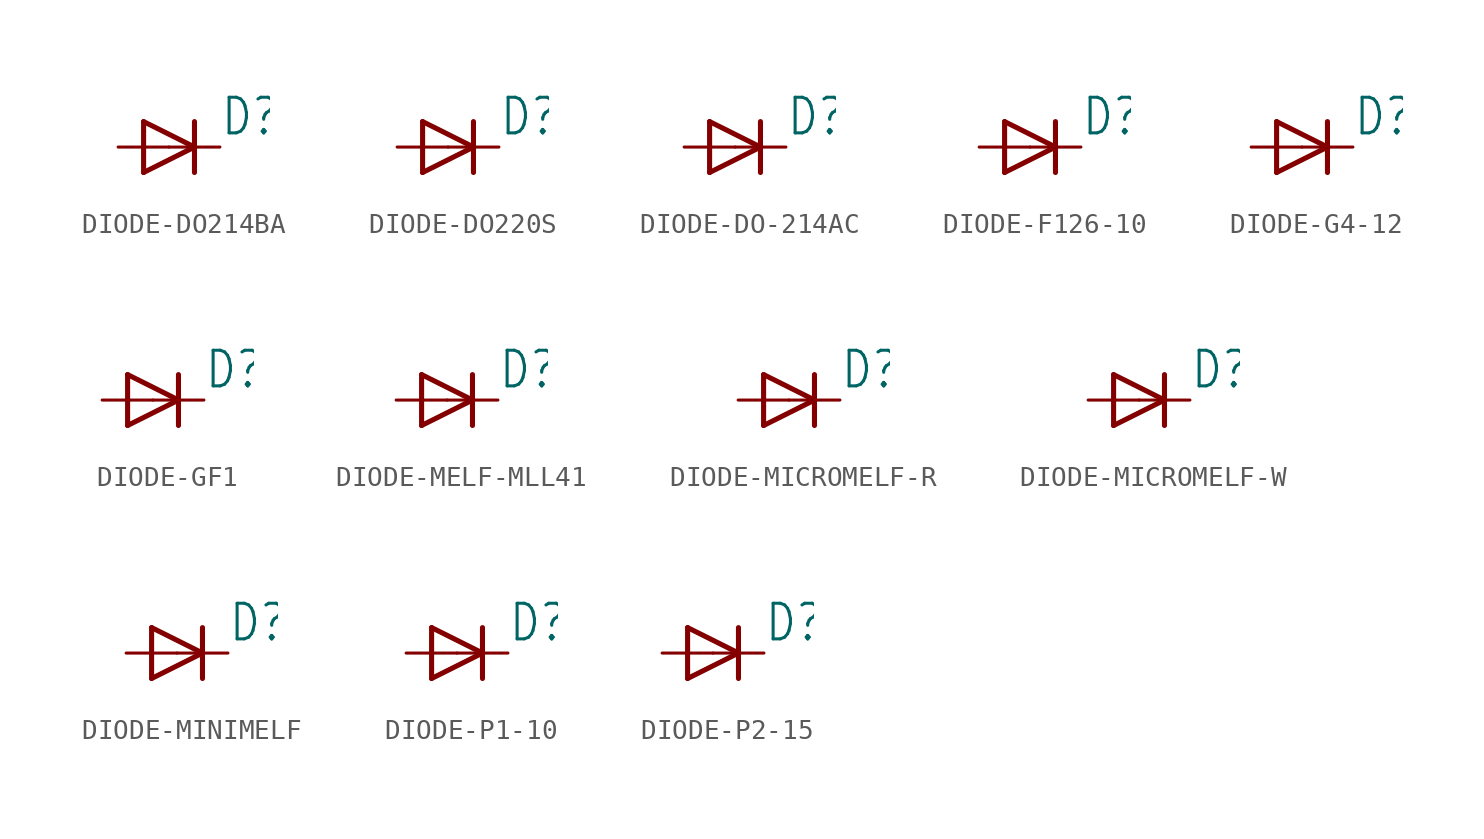
<source format=kicad_sym>
(kicad_symbol_lib
  (version 20220914)
  (generator kicad_symbol_editor)
  (symbol "DIODE-DO214BA"
    (property "Reference" "D"
      (at 2.54 0.483 0)
      (effects (font (size 1.778 1.511)) (justify left bottom)))
    (property "Value" ""
      (at 2.54 -2.311 0)
      (effects (font (size 1.778 1.511)) (justify left bottom)))
    (property "ki_locked" ""
      (at 0 0 0)
      (effects (font (size 1.27 1.27))))
    (symbol "DIODE-DO214BA_1_0"
      (polyline (pts (xy -1.27 -1.27) (xy 1.27 0)) (stroke (width 0.254) (type solid)) (fill (type none)))
      (polyline (pts (xy -1.27 1.27) (xy -1.27 -1.27)) (stroke (width 0.254) (type solid)) (fill (type none)))
      (polyline (pts (xy 1.27 0) (xy -1.27 1.27)) (stroke (width 0.254) (type solid)) (fill (type none)))
      (polyline (pts (xy 1.27 0) (xy 1.27 -1.27)) (stroke (width 0.254) (type solid)) (fill (type none)))
      (polyline (pts (xy 1.27 1.27) (xy 1.27 0)) (stroke (width 0.254) (type solid)) (fill (type none)))
      (pin passive line (at -2.54 0 0) (length 2.54) (name "A" (effects (font (size 0 0)))) (number "A" (effects (font (size 0 0)))))
      (pin passive line (at 2.54 0 180) (length 2.54) (name "C" (effects (font (size 0 0)))) (number "C" (effects (font (size 0 0)))))))
  (symbol "DIODE-DO220S"
    (property "Reference" "D"
      (at 2.54 0.483 0)
      (effects (font (size 1.778 1.511)) (justify left bottom)))
    (property "Value" ""
      (at 2.54 -2.311 0)
      (effects (font (size 1.778 1.511)) (justify left bottom)))
    (property "ki_locked" ""
      (at 0 0 0)
      (effects (font (size 1.27 1.27))))
    (symbol "DIODE-DO220S_1_0"
      (polyline (pts (xy -1.27 -1.27) (xy 1.27 0)) (stroke (width 0.254) (type solid)) (fill (type none)))
      (polyline (pts (xy -1.27 1.27) (xy -1.27 -1.27)) (stroke (width 0.254) (type solid)) (fill (type none)))
      (polyline (pts (xy 1.27 0) (xy -1.27 1.27)) (stroke (width 0.254) (type solid)) (fill (type none)))
      (polyline (pts (xy 1.27 0) (xy 1.27 -1.27)) (stroke (width 0.254) (type solid)) (fill (type none)))
      (polyline (pts (xy 1.27 1.27) (xy 1.27 0)) (stroke (width 0.254) (type solid)) (fill (type none)))
      (pin passive line (at -2.54 0 0) (length 2.54) (name "A" (effects (font (size 0 0)))) (number "A" (effects (font (size 0 0)))))
      (pin passive line (at 2.54 0 180) (length 2.54) (name "C" (effects (font (size 0 0)))) (number "C" (effects (font (size 0 0)))))))
  (symbol "DIODE-DO-214AC"
    (property "Reference" "D"
      (at 2.54 0.483 0)
      (effects (font (size 1.778 1.511)) (justify left bottom)))
    (property "Value" ""
      (at 2.54 -2.311 0)
      (effects (font (size 1.778 1.511)) (justify left bottom)))
    (property "ki_locked" ""
      (at 0 0 0)
      (effects (font (size 1.27 1.27))))
    (symbol "DIODE-DO-214AC_1_0"
      (polyline (pts (xy -1.27 -1.27) (xy 1.27 0)) (stroke (width 0.254) (type solid)) (fill (type none)))
      (polyline (pts (xy -1.27 1.27) (xy -1.27 -1.27)) (stroke (width 0.254) (type solid)) (fill (type none)))
      (polyline (pts (xy 1.27 0) (xy -1.27 1.27)) (stroke (width 0.254) (type solid)) (fill (type none)))
      (polyline (pts (xy 1.27 0) (xy 1.27 -1.27)) (stroke (width 0.254) (type solid)) (fill (type none)))
      (polyline (pts (xy 1.27 1.27) (xy 1.27 0)) (stroke (width 0.254) (type solid)) (fill (type none)))
      (pin passive line (at -2.54 0 0) (length 2.54) (name "A" (effects (font (size 0 0)))) (number "A" (effects (font (size 0 0)))))
      (pin passive line (at 2.54 0 180) (length 2.54) (name "C" (effects (font (size 0 0)))) (number "C" (effects (font (size 0 0)))))))
  (symbol "DIODE-F126-10"
    (property "Reference" "D"
      (at 2.54 0.483 0)
      (effects (font (size 1.778 1.511)) (justify left bottom)))
    (property "Value" ""
      (at 2.54 -2.311 0)
      (effects (font (size 1.778 1.511)) (justify left bottom)))
    (property "ki_locked" ""
      (at 0 0 0)
      (effects (font (size 1.27 1.27))))
    (symbol "DIODE-F126-10_1_0"
      (polyline (pts (xy -1.27 -1.27) (xy 1.27 0)) (stroke (width 0.254) (type solid)) (fill (type none)))
      (polyline (pts (xy -1.27 1.27) (xy -1.27 -1.27)) (stroke (width 0.254) (type solid)) (fill (type none)))
      (polyline (pts (xy 1.27 0) (xy -1.27 1.27)) (stroke (width 0.254) (type solid)) (fill (type none)))
      (polyline (pts (xy 1.27 0) (xy 1.27 -1.27)) (stroke (width 0.254) (type solid)) (fill (type none)))
      (polyline (pts (xy 1.27 1.27) (xy 1.27 0)) (stroke (width 0.254) (type solid)) (fill (type none)))
      (pin passive line (at -2.54 0 0) (length 2.54) (name "A" (effects (font (size 0 0)))) (number "A" (effects (font (size 0 0)))))
      (pin passive line (at 2.54 0 180) (length 2.54) (name "C" (effects (font (size 0 0)))) (number "C" (effects (font (size 0 0)))))))
  (symbol "DIODE-G4-12"
    (property "Reference" "D"
      (at 2.54 0.483 0)
      (effects (font (size 1.778 1.511)) (justify left bottom)))
    (property "Value" ""
      (at 2.54 -2.311 0)
      (effects (font (size 1.778 1.511)) (justify left bottom)))
    (property "ki_locked" ""
      (at 0 0 0)
      (effects (font (size 1.27 1.27))))
    (symbol "DIODE-G4-12_1_0"
      (polyline (pts (xy -1.27 -1.27) (xy 1.27 0)) (stroke (width 0.254) (type solid)) (fill (type none)))
      (polyline (pts (xy -1.27 1.27) (xy -1.27 -1.27)) (stroke (width 0.254) (type solid)) (fill (type none)))
      (polyline (pts (xy 1.27 0) (xy -1.27 1.27)) (stroke (width 0.254) (type solid)) (fill (type none)))
      (polyline (pts (xy 1.27 0) (xy 1.27 -1.27)) (stroke (width 0.254) (type solid)) (fill (type none)))
      (polyline (pts (xy 1.27 1.27) (xy 1.27 0)) (stroke (width 0.254) (type solid)) (fill (type none)))
      (pin passive line (at -2.54 0 0) (length 2.54) (name "A" (effects (font (size 0 0)))) (number "A" (effects (font (size 0 0)))))
      (pin passive line (at 2.54 0 180) (length 2.54) (name "C" (effects (font (size 0 0)))) (number "C" (effects (font (size 0 0)))))))
  (symbol "DIODE-GF1"
    (property "Reference" "D"
      (at 2.54 0.483 0)
      (effects (font (size 1.778 1.511)) (justify left bottom)))
    (property "Value" ""
      (at 2.54 -2.311 0)
      (effects (font (size 1.778 1.511)) (justify left bottom)))
    (property "ki_locked" ""
      (at 0 0 0)
      (effects (font (size 1.27 1.27))))
    (symbol "DIODE-GF1_1_0"
      (polyline (pts (xy -1.27 -1.27) (xy 1.27 0)) (stroke (width 0.254) (type solid)) (fill (type none)))
      (polyline (pts (xy -1.27 1.27) (xy -1.27 -1.27)) (stroke (width 0.254) (type solid)) (fill (type none)))
      (polyline (pts (xy 1.27 0) (xy -1.27 1.27)) (stroke (width 0.254) (type solid)) (fill (type none)))
      (polyline (pts (xy 1.27 0) (xy 1.27 -1.27)) (stroke (width 0.254) (type solid)) (fill (type none)))
      (polyline (pts (xy 1.27 1.27) (xy 1.27 0)) (stroke (width 0.254) (type solid)) (fill (type none)))
      (pin passive line (at -2.54 0 0) (length 2.54) (name "A" (effects (font (size 0 0)))) (number "A" (effects (font (size 0 0)))))
      (pin passive line (at 2.54 0 180) (length 2.54) (name "C" (effects (font (size 0 0)))) (number "C" (effects (font (size 0 0)))))))
  (symbol "DIODE-MELF-MLL41"
    (property "Reference" "D"
      (at 2.54 0.483 0)
      (effects (font (size 1.778 1.511)) (justify left bottom)))
    (property "Value" ""
      (at 2.54 -2.311 0)
      (effects (font (size 1.778 1.511)) (justify left bottom)))
    (property "ki_locked" ""
      (at 0 0 0)
      (effects (font (size 1.27 1.27))))
    (symbol "DIODE-MELF-MLL41_1_0"
      (polyline (pts (xy -1.27 -1.27) (xy 1.27 0)) (stroke (width 0.254) (type solid)) (fill (type none)))
      (polyline (pts (xy -1.27 1.27) (xy -1.27 -1.27)) (stroke (width 0.254) (type solid)) (fill (type none)))
      (polyline (pts (xy 1.27 0) (xy -1.27 1.27)) (stroke (width 0.254) (type solid)) (fill (type none)))
      (polyline (pts (xy 1.27 0) (xy 1.27 -1.27)) (stroke (width 0.254) (type solid)) (fill (type none)))
      (polyline (pts (xy 1.27 1.27) (xy 1.27 0)) (stroke (width 0.254) (type solid)) (fill (type none)))
      (pin passive line (at -2.54 0 0) (length 2.54) (name "A" (effects (font (size 0 0)))) (number "A" (effects (font (size 0 0)))))
      (pin passive line (at 2.54 0 180) (length 2.54) (name "C" (effects (font (size 0 0)))) (number "C" (effects (font (size 0 0)))))))
  (symbol "DIODE-MICROMELF-R"
    (property "Reference" "D"
      (at 2.54 0.483 0)
      (effects (font (size 1.778 1.511)) (justify left bottom)))
    (property "Value" ""
      (at 2.54 -2.311 0)
      (effects (font (size 1.778 1.511)) (justify left bottom)))
    (property "ki_locked" ""
      (at 0 0 0)
      (effects (font (size 1.27 1.27))))
    (symbol "DIODE-MICROMELF-R_1_0"
      (polyline (pts (xy -1.27 -1.27) (xy 1.27 0)) (stroke (width 0.254) (type solid)) (fill (type none)))
      (polyline (pts (xy -1.27 1.27) (xy -1.27 -1.27)) (stroke (width 0.254) (type solid)) (fill (type none)))
      (polyline (pts (xy 1.27 0) (xy -1.27 1.27)) (stroke (width 0.254) (type solid)) (fill (type none)))
      (polyline (pts (xy 1.27 0) (xy 1.27 -1.27)) (stroke (width 0.254) (type solid)) (fill (type none)))
      (polyline (pts (xy 1.27 1.27) (xy 1.27 0)) (stroke (width 0.254) (type solid)) (fill (type none)))
      (pin passive line (at -2.54 0 0) (length 2.54) (name "A" (effects (font (size 0 0)))) (number "A" (effects (font (size 0 0)))))
      (pin passive line (at 2.54 0 180) (length 2.54) (name "C" (effects (font (size 0 0)))) (number "C" (effects (font (size 0 0)))))))
  (symbol "DIODE-MICROMELF-W"
    (property "Reference" "D"
      (at 2.54 0.483 0)
      (effects (font (size 1.778 1.511)) (justify left bottom)))
    (property "Value" ""
      (at 2.54 -2.311 0)
      (effects (font (size 1.778 1.511)) (justify left bottom)))
    (property "ki_locked" ""
      (at 0 0 0)
      (effects (font (size 1.27 1.27))))
    (symbol "DIODE-MICROMELF-W_1_0"
      (polyline (pts (xy -1.27 -1.27) (xy 1.27 0)) (stroke (width 0.254) (type solid)) (fill (type none)))
      (polyline (pts (xy -1.27 1.27) (xy -1.27 -1.27)) (stroke (width 0.254) (type solid)) (fill (type none)))
      (polyline (pts (xy 1.27 0) (xy -1.27 1.27)) (stroke (width 0.254) (type solid)) (fill (type none)))
      (polyline (pts (xy 1.27 0) (xy 1.27 -1.27)) (stroke (width 0.254) (type solid)) (fill (type none)))
      (polyline (pts (xy 1.27 1.27) (xy 1.27 0)) (stroke (width 0.254) (type solid)) (fill (type none)))
      (pin passive line (at -2.54 0 0) (length 2.54) (name "A" (effects (font (size 0 0)))) (number "A" (effects (font (size 0 0)))))
      (pin passive line (at 2.54 0 180) (length 2.54) (name "C" (effects (font (size 0 0)))) (number "C" (effects (font (size 0 0)))))))
  (symbol "DIODE-MINIMELF"
    (property "Reference" "D"
      (at 2.54 0.483 0)
      (effects (font (size 1.778 1.511)) (justify left bottom)))
    (property "Value" ""
      (at 2.54 -2.311 0)
      (effects (font (size 1.778 1.511)) (justify left bottom)))
    (property "ki_locked" ""
      (at 0 0 0)
      (effects (font (size 1.27 1.27))))
    (symbol "DIODE-MINIMELF_1_0"
      (polyline (pts (xy -1.27 -1.27) (xy 1.27 0)) (stroke (width 0.254) (type solid)) (fill (type none)))
      (polyline (pts (xy -1.27 1.27) (xy -1.27 -1.27)) (stroke (width 0.254) (type solid)) (fill (type none)))
      (polyline (pts (xy 1.27 0) (xy -1.27 1.27)) (stroke (width 0.254) (type solid)) (fill (type none)))
      (polyline (pts (xy 1.27 0) (xy 1.27 -1.27)) (stroke (width 0.254) (type solid)) (fill (type none)))
      (polyline (pts (xy 1.27 1.27) (xy 1.27 0)) (stroke (width 0.254) (type solid)) (fill (type none)))
      (pin passive line (at -2.54 0 0) (length 2.54) (name "A" (effects (font (size 0 0)))) (number "A" (effects (font (size 0 0)))))
      (pin passive line (at 2.54 0 180) (length 2.54) (name "C" (effects (font (size 0 0)))) (number "C" (effects (font (size 0 0)))))))
  (symbol "DIODE-P1-10"
    (property "Reference" "D"
      (at 2.54 0.483 0)
      (effects (font (size 1.778 1.511)) (justify left bottom)))
    (property "Value" ""
      (at 2.54 -2.311 0)
      (effects (font (size 1.778 1.511)) (justify left bottom)))
    (property "ki_locked" ""
      (at 0 0 0)
      (effects (font (size 1.27 1.27))))
    (symbol "DIODE-P1-10_1_0"
      (polyline (pts (xy -1.27 -1.27) (xy 1.27 0)) (stroke (width 0.254) (type solid)) (fill (type none)))
      (polyline (pts (xy -1.27 1.27) (xy -1.27 -1.27)) (stroke (width 0.254) (type solid)) (fill (type none)))
      (polyline (pts (xy 1.27 0) (xy -1.27 1.27)) (stroke (width 0.254) (type solid)) (fill (type none)))
      (polyline (pts (xy 1.27 0) (xy 1.27 -1.27)) (stroke (width 0.254) (type solid)) (fill (type none)))
      (polyline (pts (xy 1.27 1.27) (xy 1.27 0)) (stroke (width 0.254) (type solid)) (fill (type none)))
      (pin passive line (at -2.54 0 0) (length 2.54) (name "A" (effects (font (size 0 0)))) (number "A" (effects (font (size 0 0)))))
      (pin passive line (at 2.54 0 180) (length 2.54) (name "C" (effects (font (size 0 0)))) (number "C" (effects (font (size 0 0)))))))
  (symbol "DIODE-P2-15"
    (property "Reference" "D"
      (at 2.54 0.483 0)
      (effects (font (size 1.778 1.511)) (justify left bottom)))
    (property "Value" ""
      (at 2.54 -2.311 0)
      (effects (font (size 1.778 1.511)) (justify left bottom)))
    (property "ki_locked" ""
      (at 0 0 0)
      (effects (font (size 1.27 1.27))))
    (symbol "DIODE-P2-15_1_0"
      (polyline (pts (xy -1.27 -1.27) (xy 1.27 0)) (stroke (width 0.254) (type solid)) (fill (type none)))
      (polyline (pts (xy -1.27 1.27) (xy -1.27 -1.27)) (stroke (width 0.254) (type solid)) (fill (type none)))
      (polyline (pts (xy 1.27 0) (xy -1.27 1.27)) (stroke (width 0.254) (type solid)) (fill (type none)))
      (polyline (pts (xy 1.27 0) (xy 1.27 -1.27)) (stroke (width 0.254) (type solid)) (fill (type none)))
      (polyline (pts (xy 1.27 1.27) (xy 1.27 0)) (stroke (width 0.254) (type solid)) (fill (type none)))
      (pin passive line (at -2.54 0 0) (length 2.54) (name "A" (effects (font (size 0 0)))) (number "A" (effects (font (size 0 0)))))
      (pin passive line (at 2.54 0 180) (length 2.54) (name "C" (effects (font (size 0 0)))) (number "C" (effects (font (size 0 0))))))))
</source>
